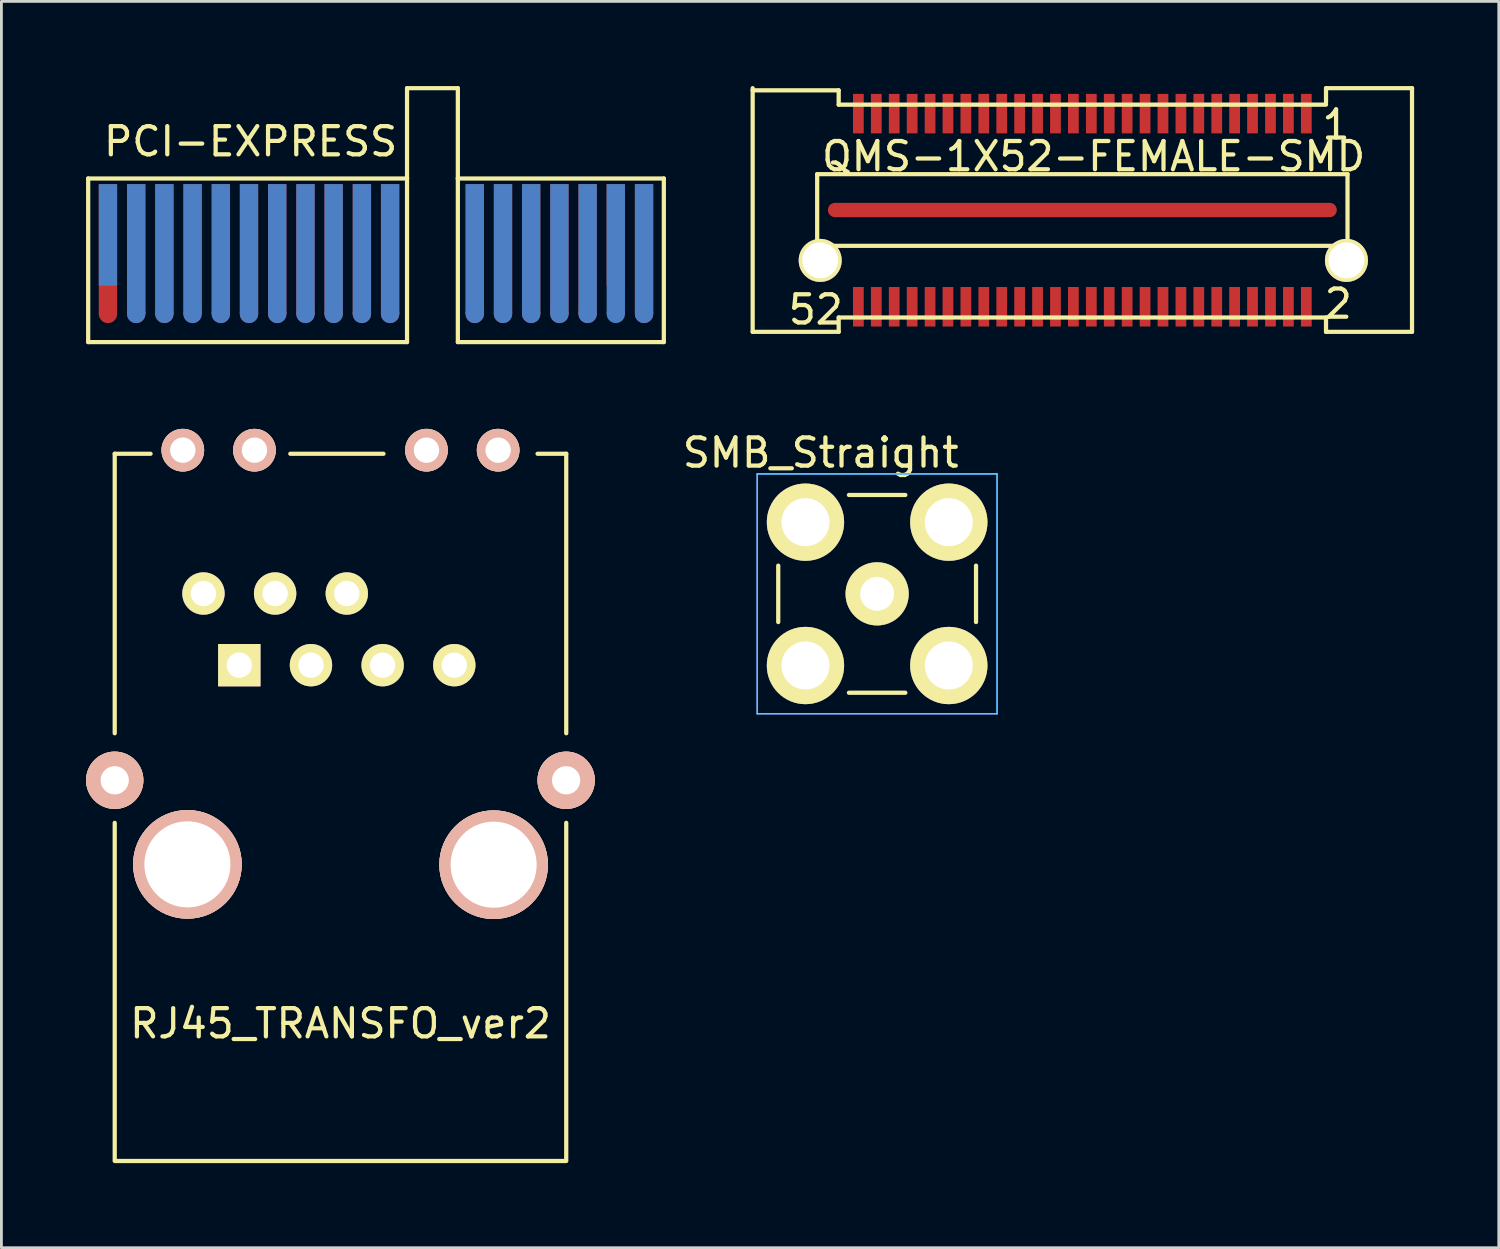
<source format=kicad_pcb>
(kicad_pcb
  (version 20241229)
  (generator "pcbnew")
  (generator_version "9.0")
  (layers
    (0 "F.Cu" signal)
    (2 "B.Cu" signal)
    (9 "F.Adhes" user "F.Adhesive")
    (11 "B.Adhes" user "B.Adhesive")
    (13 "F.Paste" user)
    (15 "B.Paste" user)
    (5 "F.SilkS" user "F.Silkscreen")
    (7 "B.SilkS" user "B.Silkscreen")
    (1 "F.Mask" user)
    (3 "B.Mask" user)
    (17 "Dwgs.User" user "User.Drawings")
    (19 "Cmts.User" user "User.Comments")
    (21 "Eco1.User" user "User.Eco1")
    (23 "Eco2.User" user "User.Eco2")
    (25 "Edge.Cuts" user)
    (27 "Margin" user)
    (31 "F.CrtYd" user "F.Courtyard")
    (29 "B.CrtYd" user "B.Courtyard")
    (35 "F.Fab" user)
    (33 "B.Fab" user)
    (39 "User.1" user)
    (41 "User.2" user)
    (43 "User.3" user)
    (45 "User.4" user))
  (footprint "SMB_Straight"
    (layer "F.Cu")
    (at 28.037 17.997)
    (property "Reference" "SMB_Straight" (at -2 -5 0) (layer "F.SilkS") (effects (font (size 1 1) (thickness 0.15))))
    (attr through_hole)
    (fp_line (start -3.505 1) (end -3.505 -1) (stroke (width 0.15) (type solid)) (layer "F.SilkS"))
    (fp_line (start -1 -3.505) (end 1 -3.505) (stroke (width 0.15) (type solid)) (layer "F.SilkS"))
    (fp_line (start 1 3.505) (end -1 3.505) (stroke (width 0.15) (type solid)) (layer "F.SilkS"))
    (fp_line (start 3.505 -1) (end 3.505 1) (stroke (width 0.15) (type solid)) (layer "F.SilkS"))
    (fp_line (start -4.25 -4.25) (end 4.25 -4.25) (stroke (width 0.05) (type solid)) (layer "B.CrtYd"))
    (fp_line (start -4.25 4.25) (end -4.25 -4.25) (stroke (width 0.05) (type solid)) (layer "B.CrtYd"))
    (fp_line (start 4.25 -4.25) (end 4.25 4.25) (stroke (width 0.05) (type solid)) (layer "B.CrtYd"))
    (fp_line (start 4.25 4.25) (end -4.25 4.25) (stroke (width 0.05) (type solid)) (layer "B.CrtYd"))
    (fp_line (start -4.25 -4.25) (end 4.25 -4.25) (stroke (width 0.05) (type solid)) (layer "F.CrtYd"))
    (fp_line (start -4.25 4.25) (end -4.25 -4.25) (stroke (width 0.05) (type solid)) (layer "F.CrtYd"))
    (fp_line (start 4.25 -4.25) (end 4.25 4.25) (stroke (width 0.05) (type solid)) (layer "F.CrtYd"))
    (fp_line (start 4.25 4.25) (end -4.25 4.25) (stroke (width 0.05) (type solid)) (layer "F.CrtYd"))
    (pad "1" thru_hole circle (at 0 0) (size 2.24 2.24) (drill 1.2) (layers "*.Cu" "*.Mask" "F.SilkS"))
    (pad "2" thru_hole circle (at -2.54 -2.54) (size 2.74 2.74) (drill 1.7) (layers "*.Cu" "*.Mask" "F.SilkS"))
    (pad "2" thru_hole circle (at -2.54 2.54) (size 2.74 2.74) (drill 1.7) (layers "*.Cu" "*.Mask" "F.SilkS"))
    (pad "2" thru_hole circle (at 2.54 -2.54) (size 2.74 2.74) (drill 1.7) (layers "*.Cu" "*.Mask" "F.SilkS"))
    (pad "2" thru_hole circle (at 2.54 2.54) (size 2.74 2.74) (drill 1.7) (layers "*.Cu" "*.Mask" "F.SilkS")))
  (footprint "RJ45_TRANSFO_ver2"
    (layer "F.Cu")
    (at 9.017 25.097)
    (property "Reference" "RJ45_TRANSFO_ver2" (at 0 8.128 0) (layer "F.SilkS") (effects (font (size 1 1) (thickness 0.15))))
    (attr through_hole)
    (fp_line (start -8.001 -12.065) (end -6.731 -12.065) (stroke (width 0.15) (type solid)) (layer "F.SilkS"))
    (fp_line (start -8.001 -2.159) (end -8.001 -12.065) (stroke (width 0.15) (type solid)) (layer "F.SilkS"))
    (fp_line (start -8.001 12.954) (end -8.001 1.016) (stroke (width 0.15) (type solid)) (layer "F.SilkS"))
    (fp_line (start -8.001 13) (end 8.001 13) (stroke (width 0.15) (type solid)) (layer "F.SilkS"))
    (fp_line (start -1.778 -12.065) (end 1.524 -12.065) (stroke (width 0.15) (type solid)) (layer "F.SilkS"))
    (fp_line (start 8.001 -12.065) (end 6.985 -12.065) (stroke (width 0.15) (type solid)) (layer "F.SilkS"))
    (fp_line (start 8.001 -2.159) (end 8.001 -12.065) (stroke (width 0.15) (type solid)) (layer "F.SilkS"))
    (fp_line (start 8.001 12.954) (end 8.001 1.016) (stroke (width 0.15) (type solid)) (layer "F.SilkS"))
    (pad "1" thru_hole rect (at -3.586 -4.572) (size 1.501 1.501) (drill 0.899) (layers "*.Cu" "*.Mask" "F.SilkS"))
    (pad "2" thru_hole circle (at -4.856 -7.112) (size 1.501 1.501) (drill 0.899) (layers "*.Cu" "*.Mask" "F.SilkS"))
    (pad "3" thru_hole circle (at -1.046 -4.572) (size 1.501 1.501) (drill 0.899) (layers "*.Cu" "*.Mask" "F.SilkS"))
    (pad "4" thru_hole circle (at -2.316 -7.112) (size 1.501 1.501) (drill 0.899) (layers "*.Cu" "*.Mask" "F.SilkS"))
    (pad "5" thru_hole circle (at 1.494 -4.572) (size 1.501 1.501) (drill 0.899) (layers "*.Cu" "*.Mask" "F.SilkS"))
    (pad "6" thru_hole circle (at 0.224 -7.112) (size 1.501 1.501) (drill 0.899) (layers "*.Cu" "*.Mask" "F.SilkS"))
    (pad "7" thru_hole circle (at 4.034 -4.572) (size 1.501 1.501) (drill 0.899) (layers "*.Cu" "*.Mask" "F.SilkS"))
    (pad "9" thru_hole circle (at -8.001 -0.493) (size 2.032 2.032) (drill 1.001) (layers "*.Cu" "*.SilkS" "*.Mask"))
    (pad "9" thru_hole circle (at 7.998 -0.493) (size 2.032 2.032) (drill 1.001) (layers "*.Cu" "*.SilkS" "*.Mask"))
    (pad "Hole" thru_hole circle (at -5.588 -12.192) (size 1.511 1.511) (drill 0.899) (layers "*.Cu" "*.SilkS" "*.Mask"))
    (pad "Hole" thru_hole circle (at -5.425 2.487) (size 3.851 3.851) (drill 3.051) (layers "*.Cu" "*.SilkS" "*.Mask"))
    (pad "Hole" thru_hole circle (at -3.048 -12.192) (size 1.511 1.511) (drill 0.899) (layers "*.Cu" "*.SilkS" "*.Mask"))
    (pad "Hole" thru_hole circle (at 3.048 -12.192) (size 1.511 1.511) (drill 0.899) (layers "*.Cu" "*.SilkS" "*.Mask"))
    (pad "Hole" thru_hole circle (at 5.428 2.499) (size 3.851 3.851) (drill 3.051) (layers "*.Cu" "*.SilkS" "*.Mask"))
    (pad "Hole" thru_hole circle (at 5.588 -12.192) (size 1.511 1.511) (drill 0.899) (layers "*.Cu" "*.SilkS" "*.Mask")))
  (footprint "QMS-1X52-FEMALE-SMD"
    (layer "F.Cu")
    (at 35.31 4.393)
    (property "Reference" "QMS-1X52-FEMALE-SMD" (at 0.4 -1.9 0) (layer "F.SilkS") (effects (font (size 1 1) (thickness 0.15))))
    (attr smd)
    (fp_line (start -11.684 -4.318) (end -11.684 4.318) (stroke (width 0.15) (type solid)) (layer "F.SilkS"))
    (fp_line (start -9.398 -1.27) (end -9.398 1.27) (stroke (width 0.15) (type solid)) (layer "F.SilkS"))
    (fp_line (start -9.398 1.27) (end 9.398 1.27) (stroke (width 0.15) (type solid)) (layer "F.SilkS"))
    (fp_line (start -8.636 -4.242) (end -11.684 -4.242) (stroke (width 0.15) (type solid)) (layer "F.SilkS"))
    (fp_line (start -8.636 -3.734) (end -8.636 -4.242) (stroke (width 0.15) (type solid)) (layer "F.SilkS"))
    (fp_line (start -8.636 3.81) (end 8.636 3.81) (stroke (width 0.15) (type solid)) (layer "F.SilkS"))
    (fp_line (start -8.636 4.318) (end -11.684 4.318) (stroke (width 0.15) (type solid)) (layer "F.SilkS"))
    (fp_line (start -8.636 4.318) (end -8.636 3.81) (stroke (width 0.15) (type solid)) (layer "F.SilkS"))
    (fp_line (start 8.636 -4.318) (end 8.636 -3.81) (stroke (width 0.15) (type solid)) (layer "F.SilkS"))
    (fp_line (start 8.636 -3.734) (end -8.636 -3.734) (stroke (width 0.15) (type solid)) (layer "F.SilkS"))
    (fp_line (start 8.636 3.81) (end 8.636 4.318) (stroke (width 0.15) (type solid)) (layer "F.SilkS"))
    (fp_line (start 8.636 4.318) (end 11.684 4.318) (stroke (width 0.15) (type solid)) (layer "F.SilkS"))
    (fp_line (start 9.398 -1.27) (end -9.398 -1.27) (stroke (width 0.15) (type solid)) (layer "F.SilkS"))
    (fp_line (start 9.398 1.27) (end 9.398 -1.27) (stroke (width 0.15) (type solid)) (layer "F.SilkS"))
    (fp_line (start 11.684 -4.318) (end 8.636 -4.318) (stroke (width 0.15) (type solid)) (layer "F.SilkS"))
    (fp_line (start 11.684 4.318) (end 11.684 -4.318) (stroke (width 0.15) (type solid)) (layer "F.SilkS"))
    (fp_text user "2" (at 9.068 3.327 0) (layer "F.SilkS") (effects (font (size 1 1) (thickness 0.15))))
    (fp_text user "1" (at 8.992 -3.023 0) (layer "F.SilkS") (effects (font (size 1 1) (thickness 0.15))))
    (fp_text user "52" (at -9.449 3.531 0) (layer "F.SilkS") (effects (font (size 1 1) (thickness 0.15))))
    (pad "" thru_hole circle (at -9.291 1.786) (size 1.524 1.524) (drill 1.27) (layers "*.Cu" "*.Mask" "F.SilkS"))
    (pad "" thru_hole circle (at 9.36 1.786) (size 1.524 1.524) (drill 1.27) (layers "*.Cu" "*.Mask" "F.SilkS"))
    (pad "1" smd rect (at 7.938 -3.416) (size 0.381 1.4) (layers "F.Cu" "F.Mask" "F.Paste"))
    (pad "2" smd rect (at 7.938 3.429) (size 0.381 1.4) (layers "F.Cu" "F.Mask" "F.Paste"))
    (pad "3" smd rect (at 7.303 -3.416) (size 0.381 1.4) (layers "F.Cu" "F.Mask" "F.Paste"))
    (pad "4" smd rect (at 7.303 3.429) (size 0.381 1.4) (layers "F.Cu" "F.Mask" "F.Paste"))
    (pad "5" smd rect (at 6.668 -3.416) (size 0.381 1.4) (layers "F.Cu" "F.Mask" "F.Paste"))
    (pad "6" smd rect (at 6.668 3.429) (size 0.381 1.4) (layers "F.Cu" "F.Mask" "F.Paste"))
    (pad "7" smd rect (at 6.032 -3.416) (size 0.381 1.4) (layers "F.Cu" "F.Mask" "F.Paste"))
    (pad "8" smd rect (at 6.032 3.429) (size 0.381 1.4) (layers "F.Cu" "F.Mask" "F.Paste"))
    (pad "9" smd rect (at 5.397 -3.416) (size 0.381 1.4) (layers "F.Cu" "F.Mask" "F.Paste"))
    (pad "10" smd rect (at 5.397 3.429) (size 0.381 1.4) (layers "F.Cu" "F.Mask" "F.Paste"))
    (pad "11" smd rect (at 4.763 -3.416) (size 0.381 1.4) (layers "F.Cu" "F.Mask" "F.Paste"))
    (pad "12" smd rect (at 4.763 3.429) (size 0.381 1.4) (layers "F.Cu" "F.Mask" "F.Paste"))
    (pad "13" smd rect (at 4.128 -3.416) (size 0.381 1.4) (layers "F.Cu" "F.Mask" "F.Paste"))
    (pad "14" smd rect (at 4.128 3.429) (size 0.381 1.4) (layers "F.Cu" "F.Mask" "F.Paste"))
    (pad "15" smd rect (at 3.493 -3.416) (size 0.381 1.4) (layers "F.Cu" "F.Mask" "F.Paste"))
    (pad "16" smd rect (at 3.493 3.429) (size 0.381 1.4) (layers "F.Cu" "F.Mask" "F.Paste"))
    (pad "17" smd rect (at 2.857 -3.416) (size 0.381 1.4) (layers "F.Cu" "F.Mask" "F.Paste"))
    (pad "18" smd rect (at 2.857 3.429) (size 0.381 1.4) (layers "F.Cu" "F.Mask" "F.Paste"))
    (pad "19" smd rect (at 2.223 -3.416) (size 0.381 1.4) (layers "F.Cu" "F.Mask" "F.Paste"))
    (pad "20" smd rect (at 2.223 3.429) (size 0.381 1.4) (layers "F.Cu" "F.Mask" "F.Paste"))
    (pad "21" smd rect (at 1.587 -3.416) (size 0.381 1.4) (layers "F.Cu" "F.Mask" "F.Paste"))
    (pad "22" smd rect (at 1.587 3.429) (size 0.381 1.4) (layers "F.Cu" "F.Mask" "F.Paste"))
    (pad "23" smd rect (at 0.953 -3.416) (size 0.381 1.4) (layers "F.Cu" "F.Mask" "F.Paste"))
    (pad "24" smd rect (at 0.953 3.429) (size 0.381 1.4) (layers "F.Cu" "F.Mask" "F.Paste"))
    (pad "25" smd rect (at 0.318 -3.416) (size 0.381 1.4) (layers "F.Cu" "F.Mask" "F.Paste"))
    (pad "26" smd rect (at 0.318 3.429) (size 0.381 1.4) (layers "F.Cu" "F.Mask" "F.Paste"))
    (pad "27" smd rect (at -0.318 -3.416) (size 0.381 1.4) (layers "F.Cu" "F.Mask" "F.Paste"))
    (pad "28" smd rect (at -0.318 3.429) (size 0.381 1.4) (layers "F.Cu" "F.Mask" "F.Paste"))
    (pad "29" smd rect (at -0.953 -3.416) (size 0.381 1.4) (layers "F.Cu" "F.Mask" "F.Paste"))
    (pad "30" smd rect (at -0.953 3.429) (size 0.381 1.4) (layers "F.Cu" "F.Mask" "F.Paste"))
    (pad "31" smd rect (at -1.587 -3.416) (size 0.381 1.4) (layers "F.Cu" "F.Mask" "F.Paste"))
    (pad "32" smd rect (at -1.587 3.429) (size 0.381 1.4) (layers "F.Cu" "F.Mask" "F.Paste"))
    (pad "33" smd rect (at -2.223 -3.416) (size 0.381 1.4) (layers "F.Cu" "F.Mask" "F.Paste"))
    (pad "34" smd rect (at -2.223 3.429) (size 0.381 1.4) (layers "F.Cu" "F.Mask" "F.Paste"))
    (pad "35" smd rect (at -2.857 -3.416) (size 0.381 1.4) (layers "F.Cu" "F.Mask" "F.Paste"))
    (pad "36" smd rect (at -2.857 3.429) (size 0.381 1.4) (layers "F.Cu" "F.Mask" "F.Paste"))
    (pad "37" smd rect (at -3.493 -3.416) (size 0.381 1.4) (layers "F.Cu" "F.Mask" "F.Paste"))
    (pad "38" smd rect (at -3.493 3.429) (size 0.381 1.4) (layers "F.Cu" "F.Mask" "F.Paste"))
    (pad "39" smd rect (at -4.128 -3.416) (size 0.381 1.4) (layers "F.Cu" "F.Mask" "F.Paste"))
    (pad "40" smd rect (at -4.128 3.429) (size 0.381 1.4) (layers "F.Cu" "F.Mask" "F.Paste"))
    (pad "41" smd rect (at -4.763 -3.416) (size 0.381 1.4) (layers "F.Cu" "F.Mask" "F.Paste"))
    (pad "42" smd rect (at -4.763 3.429) (size 0.381 1.4) (layers "F.Cu" "F.Mask" "F.Paste"))
    (pad "43" smd rect (at -5.397 -3.416) (size 0.381 1.4) (layers "F.Cu" "F.Mask" "F.Paste"))
    (pad "44" smd rect (at -5.397 3.429) (size 0.381 1.4) (layers "F.Cu" "F.Mask" "F.Paste"))
    (pad "45" smd rect (at -6.032 -3.416) (size 0.381 1.4) (layers "F.Cu" "F.Mask" "F.Paste"))
    (pad "46" smd rect (at -6.032 3.429) (size 0.381 1.4) (layers "F.Cu" "F.Mask" "F.Paste"))
    (pad "47" smd rect (at -6.668 -3.416) (size 0.381 1.4) (layers "F.Cu" "F.Mask" "F.Paste"))
    (pad "48" smd rect (at -6.668 3.429) (size 0.381 1.4) (layers "F.Cu" "F.Mask" "F.Paste"))
    (pad "49" smd rect (at -7.303 -3.416) (size 0.381 1.4) (layers "F.Cu" "F.Mask" "F.Paste"))
    (pad "50" smd rect (at -7.303 3.429) (size 0.381 1.4) (layers "F.Cu" "F.Mask" "F.Paste"))
    (pad "51" smd rect (at -7.938 -3.416) (size 0.381 1.4) (layers "F.Cu" "F.Mask" "F.Paste"))
    (pad "52" smd rect (at -7.938 3.429) (size 0.381 1.4) (layers "F.Cu" "F.Mask" "F.Paste"))
    (pad "53" smd oval (at 0 0) (size 18.034 0.508) (layers "F.Cu" "F.Mask" "F.Paste")))
  (footprint "PCI-EXPRESS"
    (layer "F.Cu")
    (at 10.276 5.775)
    (property "Reference" "PCI-EXPRESS" (at -4.445 -3.81 0) (layer "F.SilkS") (effects (font (size 1 1) (thickness 0.15))))
    (attr through_hole)
    (fp_line (start -10.201 -2.499) (end 1.1 -2.499) (stroke (width 0.15) (type solid)) (layer "F.SilkS"))
    (fp_line (start -10.201 3.299) (end -10.201 -2.499) (stroke (width 0.15) (type solid)) (layer "F.SilkS"))
    (fp_line (start 1.1 -5.7) (end 2.901 -5.7) (stroke (width 0.15) (type solid)) (layer "F.SilkS"))
    (fp_line (start 1.1 -2.499) (end 1.1 -5.7) (stroke (width 0.15) (type solid)) (layer "F.SilkS"))
    (fp_line (start 1.1 -2.499) (end 1.1 3.299) (stroke (width 0.15) (type solid)) (layer "F.SilkS"))
    (fp_line (start 1.1 3.299) (end -10.201 3.299) (stroke (width 0.15) (type solid)) (layer "F.SilkS"))
    (fp_line (start 2.901 -5.7) (end 2.901 -2.499) (stroke (width 0.15) (type solid)) (layer "F.SilkS"))
    (fp_line (start 2.901 -2.499) (end 2.901 3.299) (stroke (width 0.15) (type solid)) (layer "F.SilkS"))
    (fp_line (start 2.901 3.299) (end 10.201 3.299) (stroke (width 0.15) (type solid)) (layer "F.SilkS"))
    (fp_line (start 10.201 -2.499) (end 2.901 -2.499) (stroke (width 0.15) (type solid)) (layer "F.SilkS"))
    (fp_line (start 10.201 -2.499) (end 10.201 3.299) (stroke (width 0.15) (type solid)) (layer "F.SilkS"))
    (pad "" connect circle (at -9.5 2.301) (size 0.65 0.65) (layers "F.Cu" "F.Mask"))
    (pad "" connect circle (at -8.499 2.301) (size 0.65 0.65) (layers "F.Cu" "F.Mask"))
    (pad "" connect oval (at -8.499 2.301 90) (size 0.65 0.65) (layers "B.Cu" "B.Mask"))
    (pad "" connect circle (at -7.501 2.301) (size 0.65 0.65) (layers "F.Cu" "F.Mask"))
    (pad "" connect oval (at -7.501 2.301 90) (size 0.65 0.65) (layers "B.Cu" "B.Mask"))
    (pad "" connect circle (at -6.5 2.301) (size 0.65 0.65) (layers "F.Cu" "F.Mask"))
    (pad "" connect oval (at -6.5 2.301 90) (size 0.65 0.65) (layers "B.Cu" "B.Mask"))
    (pad "" connect circle (at -5.499 2.301) (size 0.65 0.65) (layers "F.Cu" "F.Mask"))
    (pad "" connect oval (at -5.499 2.301 90) (size 0.65 0.65) (layers "B.Cu" "B.Mask"))
    (pad "" connect circle (at -4.501 2.301) (size 0.65 0.65) (layers "F.Cu" "F.Mask"))
    (pad "" connect oval (at -4.501 2.301 90) (size 0.65 0.65) (layers "B.Cu" "B.Mask"))
    (pad "" connect circle (at -3.5 2.301) (size 0.65 0.65) (layers "F.Cu" "F.Mask"))
    (pad "" connect oval (at -3.5 2.301 90) (size 0.65 0.65) (layers "B.Cu" "B.Mask"))
    (pad "" connect circle (at -2.499 2.301) (size 0.65 0.65) (layers "F.Cu" "F.Mask"))
    (pad "" connect oval (at -2.499 2.301 90) (size 0.65 0.65) (layers "B.Cu" "B.Mask"))
    (pad "" connect circle (at -1.501 2.301) (size 0.65 0.65) (layers "F.Cu" "F.Mask"))
    (pad "" connect oval (at -1.501 2.301 90) (size 0.65 0.65) (layers "B.Cu" "B.Mask"))
    (pad "" connect circle (at -0.5 2.301) (size 0.65 0.65) (layers "F.Cu" "F.Mask"))
    (pad "" connect oval (at -0.5 2.301 90) (size 0.65 0.65) (layers "B.Cu" "B.Mask"))
    (pad "" connect circle (at 0.5 2.301) (size 0.65 0.65) (layers "F.Cu" "F.Mask"))
    (pad "" connect oval (at 0.5 2.301 90) (size 0.65 0.65) (layers "B.Cu" "B.Mask"))
    (pad "" connect circle (at 3.5 2.301) (size 0.65 0.65) (layers "F.Cu" "F.Mask"))
    (pad "" connect oval (at 3.5 2.301 90) (size 0.65 0.65) (layers "B.Cu" "B.Mask"))
    (pad "" connect circle (at 4.501 2.301) (size 0.65 0.65) (layers "F.Cu" "F.Mask"))
    (pad "" connect oval (at 4.501 2.301 90) (size 0.65 0.65) (layers "B.Cu" "B.Mask"))
    (pad "" connect circle (at 5.499 2.301) (size 0.65 0.65) (layers "F.Cu" "F.Mask"))
    (pad "" connect oval (at 5.499 2.301 90) (size 0.65 0.65) (layers "B.Cu" "B.Mask"))
    (pad "" connect circle (at 6.5 2.301) (size 0.65 0.65) (layers "F.Cu" "F.Mask"))
    (pad "" connect oval (at 6.5 2.301 90) (size 0.65 0.65) (layers "B.Cu" "B.Mask"))
    (pad "" connect circle (at 7.501 2.301) (size 0.65 0.65) (layers "F.Cu" "F.Mask"))
    (pad "" connect oval (at 7.501 2.301 90) (size 0.65 0.65) (layers "B.Cu" "B.Mask"))
    (pad "" connect oval (at 8.499 2.301 90) (size 0.65 0.65) (layers "B.Cu" "B.Mask"))
    (pad "" connect circle (at 9.5 2.301) (size 0.65 0.65) (layers "F.Cu" "F.Mask"))
    (pad "" connect oval (at 9.5 2.301 90) (size 0.65 0.65) (layers "B.Cu" "B.Mask"))
    (pad "A1" connect rect (at -9.5 -0.5) (size 0.65 3.599) (layers "B.Cu" "B.Mask"))
    (pad "A2" connect rect (at -8.499 0) (size 0.65 4.6) (layers "B.Cu" "B.Mask"))
    (pad "A3" connect rect (at -7.501 0) (size 0.65 4.6) (layers "B.Cu" "B.Mask"))
    (pad "A4" connect rect (at -6.5 0) (size 0.65 4.6) (layers "B.Cu" "B.Mask"))
    (pad "A5" connect rect (at -5.499 0) (size 0.65 4.6) (layers "B.Cu" "B.Mask"))
    (pad "A6" connect rect (at -4.501 0) (size 0.65 4.6) (layers "B.Cu" "B.Mask"))
    (pad "A7" connect rect (at -3.5 0) (size 0.65 4.6) (layers "B.Cu" "B.Mask"))
    (pad "A8" connect rect (at -2.499 0) (size 0.65 4.6) (layers "B.Cu" "B.Mask"))
    (pad "A9" connect rect (at -1.501 0) (size 0.65 4.6) (layers "B.Cu" "B.Mask"))
    (pad "A10" connect rect (at -0.5 0) (size 0.65 4.6) (layers "B.Cu" "B.Mask"))
    (pad "A11" connect rect (at 0.5 0) (size 0.65 4.6) (layers "B.Cu" "B.Mask"))
    (pad "A12" connect rect (at 3.5 0) (size 0.65 4.6) (layers "B.Cu" "B.Mask"))
    (pad "A13" connect rect (at 4.501 0) (size 0.65 4.6) (layers "B.Cu" "B.Mask"))
    (pad "A14" connect rect (at 5.499 0) (size 0.65 4.6) (layers "B.Cu" "B.Mask"))
    (pad "A15" connect rect (at 6.5 0) (size 0.65 4.6) (layers "B.Cu" "B.Mask"))
    (pad "A16" connect rect (at 7.501 0) (size 0.65 4.6) (layers "B.Cu" "B.Mask"))
    (pad "A17" connect rect (at 8.499 0) (size 0.65 4.6) (layers "B.Cu" "B.Mask"))
    (pad "A18" connect rect (at 9.5 0) (size 0.65 4.6) (layers "B.Cu" "B.Mask"))
    (pad "B1" connect rect (at -9.5 0) (size 0.65 4.6) (layers "F.Cu" "F.Mask"))
    (pad "B2" connect rect (at -8.499 0) (size 0.65 4.6) (layers "F.Cu" "F.Mask"))
    (pad "B3" connect rect (at -7.501 0) (size 0.65 4.6) (layers "F.Cu" "F.Mask"))
    (pad "B4" connect rect (at -6.5 0) (size 0.65 4.6) (layers "F.Cu" "F.Mask"))
    (pad "B5" connect rect (at -5.499 0) (size 0.65 4.6) (layers "F.Cu" "F.Mask"))
    (pad "B6" connect rect (at -4.501 0) (size 0.65 4.6) (layers "F.Cu" "F.Mask"))
    (pad "B7" connect rect (at -3.5 0) (size 0.65 4.6) (layers "F.Cu" "F.Mask"))
    (pad "B8" connect rect (at -2.499 0) (size 0.65 4.6) (layers "F.Cu" "F.Mask"))
    (pad "B9" connect rect (at -1.501 0) (size 0.65 4.6) (layers "F.Cu" "F.Mask"))
    (pad "B10" connect rect (at -0.5 0) (size 0.65 4.6) (layers "F.Cu" "F.Mask"))
    (pad "B11" connect rect (at 0.5 0) (size 0.65 4.6) (layers "F.Cu" "F.Mask"))
    (pad "B12" connect rect (at 3.5 0) (size 0.65 4.6) (layers "F.Cu" "F.Mask"))
    (pad "B13" connect rect (at 4.501 0) (size 0.65 4.6) (layers "F.Cu" "F.Mask"))
    (pad "B14" connect rect (at 5.499 0) (size 0.65 4.6) (layers "F.Cu" "F.Mask"))
    (pad "B15" connect rect (at 6.5 0) (size 0.65 4.6) (layers "F.Cu" "F.Mask"))
    (pad "B16" connect rect (at 7.501 0) (size 0.65 4.6) (layers "F.Cu" "F.Mask"))
    (pad "B17" connect rect (at 8.499 -0.5) (size 0.65 3.599) (layers "F.Cu" "F.Mask"))
    (pad "B18" connect rect (at 9.5 0) (size 0.65 4.6) (layers "F.Cu" "F.Mask")))
  (gr_rect
    (start -3 -3)
    (end 50.069 41.172)
    (stroke (width 0.1) (type default))
    (fill no)
    (layer "Edge.Cuts")))
</source>
